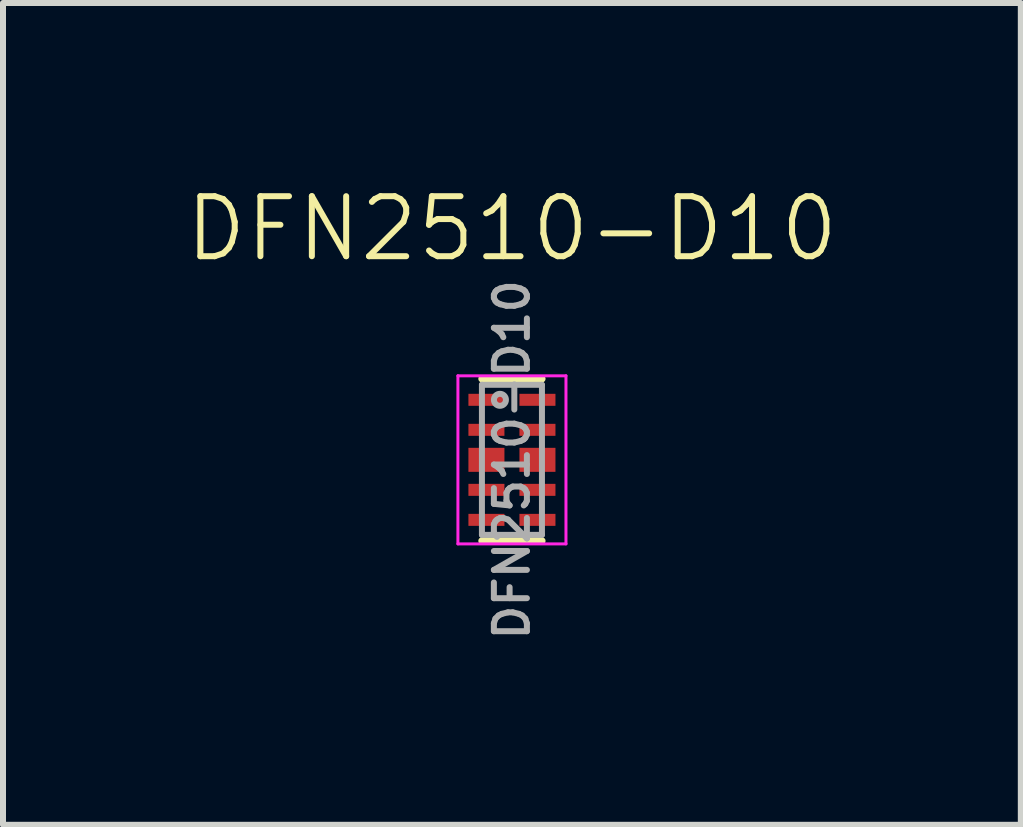
<source format=kicad_pcb>
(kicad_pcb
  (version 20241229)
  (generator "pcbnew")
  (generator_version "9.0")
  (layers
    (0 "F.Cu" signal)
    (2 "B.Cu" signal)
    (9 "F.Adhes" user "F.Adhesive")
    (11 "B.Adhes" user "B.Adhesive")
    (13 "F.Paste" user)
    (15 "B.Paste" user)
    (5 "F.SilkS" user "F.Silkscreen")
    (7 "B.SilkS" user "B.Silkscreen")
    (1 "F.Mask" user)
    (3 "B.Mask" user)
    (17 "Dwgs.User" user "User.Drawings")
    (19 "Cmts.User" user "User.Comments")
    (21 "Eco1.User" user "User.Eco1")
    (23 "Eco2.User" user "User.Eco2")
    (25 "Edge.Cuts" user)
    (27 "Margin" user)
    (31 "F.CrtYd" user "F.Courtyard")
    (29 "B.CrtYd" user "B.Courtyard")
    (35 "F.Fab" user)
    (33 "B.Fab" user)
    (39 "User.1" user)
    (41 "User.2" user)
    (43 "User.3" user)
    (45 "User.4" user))
  (footprint "DFN2510-D10"
    (layer "F.Cu")
    (at 5.479 4.611)
    (property "Reference" "DFN2510-D10" (at 0 -3.85 0) (unlocked yes) (layer "F.SilkS") (effects (font (size 1 1) (thickness 0.1))))
    (attr smd)
    (fp_line (start 0.5 -1.35) (end -0.5 -1.35) (stroke (width 0.12) (type solid)) (layer "F.SilkS"))
    (fp_line (start 0.5 1.35) (end -0.5 1.35) (stroke (width 0.12) (type solid)) (layer "F.SilkS"))
    (fp_line (start -0.9 -1.4) (end 0.9 -1.4) (stroke (width 0.05) (type solid)) (layer "F.CrtYd"))
    (fp_line (start -0.9 1.4) (end -0.9 -1.4) (stroke (width 0.05) (type solid)) (layer "F.CrtYd"))
    (fp_line (start 0.9 -1.4) (end 0.9 1.4) (stroke (width 0.05) (type solid)) (layer "F.CrtYd"))
    (fp_line (start 0.9 1.4) (end -0.9 1.4) (stroke (width 0.05) (type solid)) (layer "F.CrtYd"))
    (fp_line (start -0.5 -1.25) (end -0.5 1.25) (stroke (width 0.1) (type solid)) (layer "F.Fab"))
    (fp_line (start -0.5 1.25) (end 0.5 1.25) (stroke (width 0.1) (type solid)) (layer "F.Fab"))
    (fp_line (start 0.5 -1.25) (end -0.5 -1.25) (stroke (width 0.1) (type solid)) (layer "F.Fab"))
    (fp_line (start 0.5 -1.25) (end 0.5 1.25) (stroke (width 0.1) (type solid)) (layer "F.Fab"))
    (fp_circle (center -0.2 -1) (end -0.1 -1) (stroke (width 0.1) (type solid)) (fill no) (layer "F.Fab"))
    (fp_text user "${REFERENCE}" (at 0 0 90) (layer "F.Fab") (effects (font (size 0.55 0.55) (thickness 0.1))))
    (pad "1" smd rect (at -0.425 -1 270) (size 0.2 0.6) (layers "F.Cu" "F.Mask" "F.Paste"))
    (pad "2" smd rect (at -0.425 -0.5 270) (size 0.2 0.6) (layers "F.Cu" "F.Mask" "F.Paste"))
    (pad "3" smd rect (at -0.425 0 270) (size 0.4 0.6) (layers "F.Cu" "F.Mask" "F.Paste"))
    (pad "4" smd rect (at -0.425 0.5 270) (size 0.2 0.6) (layers "F.Cu" "F.Mask" "F.Paste"))
    (pad "5" smd rect (at -0.425 1 270) (size 0.2 0.6) (layers "F.Cu" "F.Mask" "F.Paste"))
    (pad "6" smd rect (at 0.425 1 270) (size 0.2 0.6) (layers "F.Cu" "F.Mask" "F.Paste"))
    (pad "7" smd rect (at 0.425 0.5 270) (size 0.2 0.6) (layers "F.Cu" "F.Mask" "F.Paste"))
    (pad "8" smd rect (at 0.425 0 270) (size 0.4 0.6) (layers "F.Cu" "F.Mask" "F.Paste"))
    (pad "9" smd rect (at 0.425 -0.5 270) (size 0.2 0.6) (layers "F.Cu" "F.Mask" "F.Paste"))
    (pad "10" smd rect (at 0.425 -1 270) (size 0.2 0.6) (layers "F.Cu" "F.Mask" "F.Paste")))
  (gr_rect
    (start -3 -3)
    (end 13.957 10.691)
    (stroke (width 0.1) (type default))
    (fill no)
    (layer "Edge.Cuts")))
</source>
